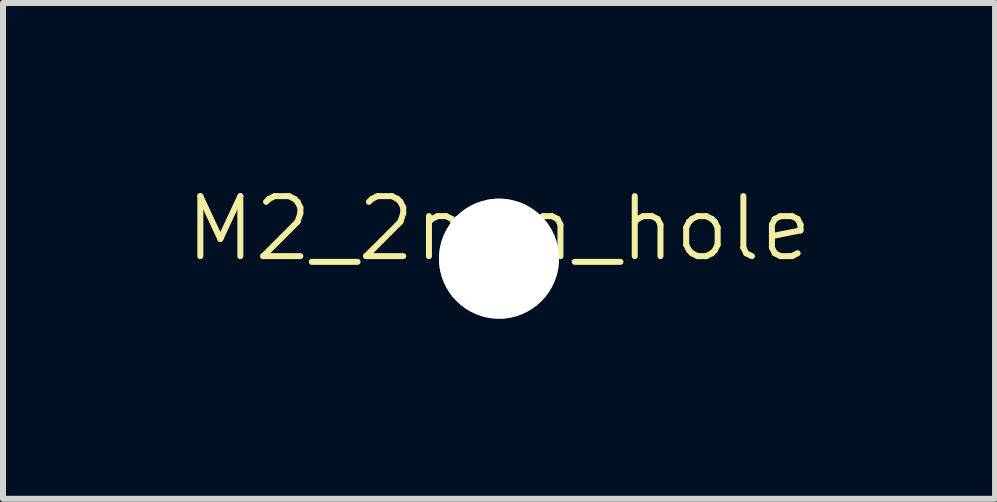
<source format=kicad_pcb>
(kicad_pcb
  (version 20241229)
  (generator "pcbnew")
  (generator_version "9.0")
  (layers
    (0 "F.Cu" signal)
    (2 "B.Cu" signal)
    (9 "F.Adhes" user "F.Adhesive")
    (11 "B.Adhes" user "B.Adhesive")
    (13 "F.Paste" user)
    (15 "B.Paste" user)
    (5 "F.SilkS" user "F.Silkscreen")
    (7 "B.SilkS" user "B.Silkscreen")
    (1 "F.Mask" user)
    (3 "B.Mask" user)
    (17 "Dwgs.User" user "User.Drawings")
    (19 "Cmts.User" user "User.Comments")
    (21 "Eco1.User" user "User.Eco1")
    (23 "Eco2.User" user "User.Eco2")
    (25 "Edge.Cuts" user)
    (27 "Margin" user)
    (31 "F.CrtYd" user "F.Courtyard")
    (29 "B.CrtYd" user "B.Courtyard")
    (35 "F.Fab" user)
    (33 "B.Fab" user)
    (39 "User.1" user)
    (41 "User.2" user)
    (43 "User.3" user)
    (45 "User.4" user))
  (footprint "M2_2mm_hole"
    (layer "F.Cu")
    (at 5.264 1.26)
    (property "Reference" "M2_2mm_hole" (at 0 -0.5 0) (unlocked yes) (layer "F.SilkS") (effects (font (size 1 1) (thickness 0.1))))
    (attr through_hole)
    (pad "" thru_hole circle (at 0 0) (size 2 2) (drill 2) (layers "*.Cu" "*.Mask")))
  (gr_rect
    (start -3 -3)
    (end 13.529 5.261)
    (stroke (width 0.1) (type default))
    (fill no)
    (layer "Edge.Cuts")))
</source>
